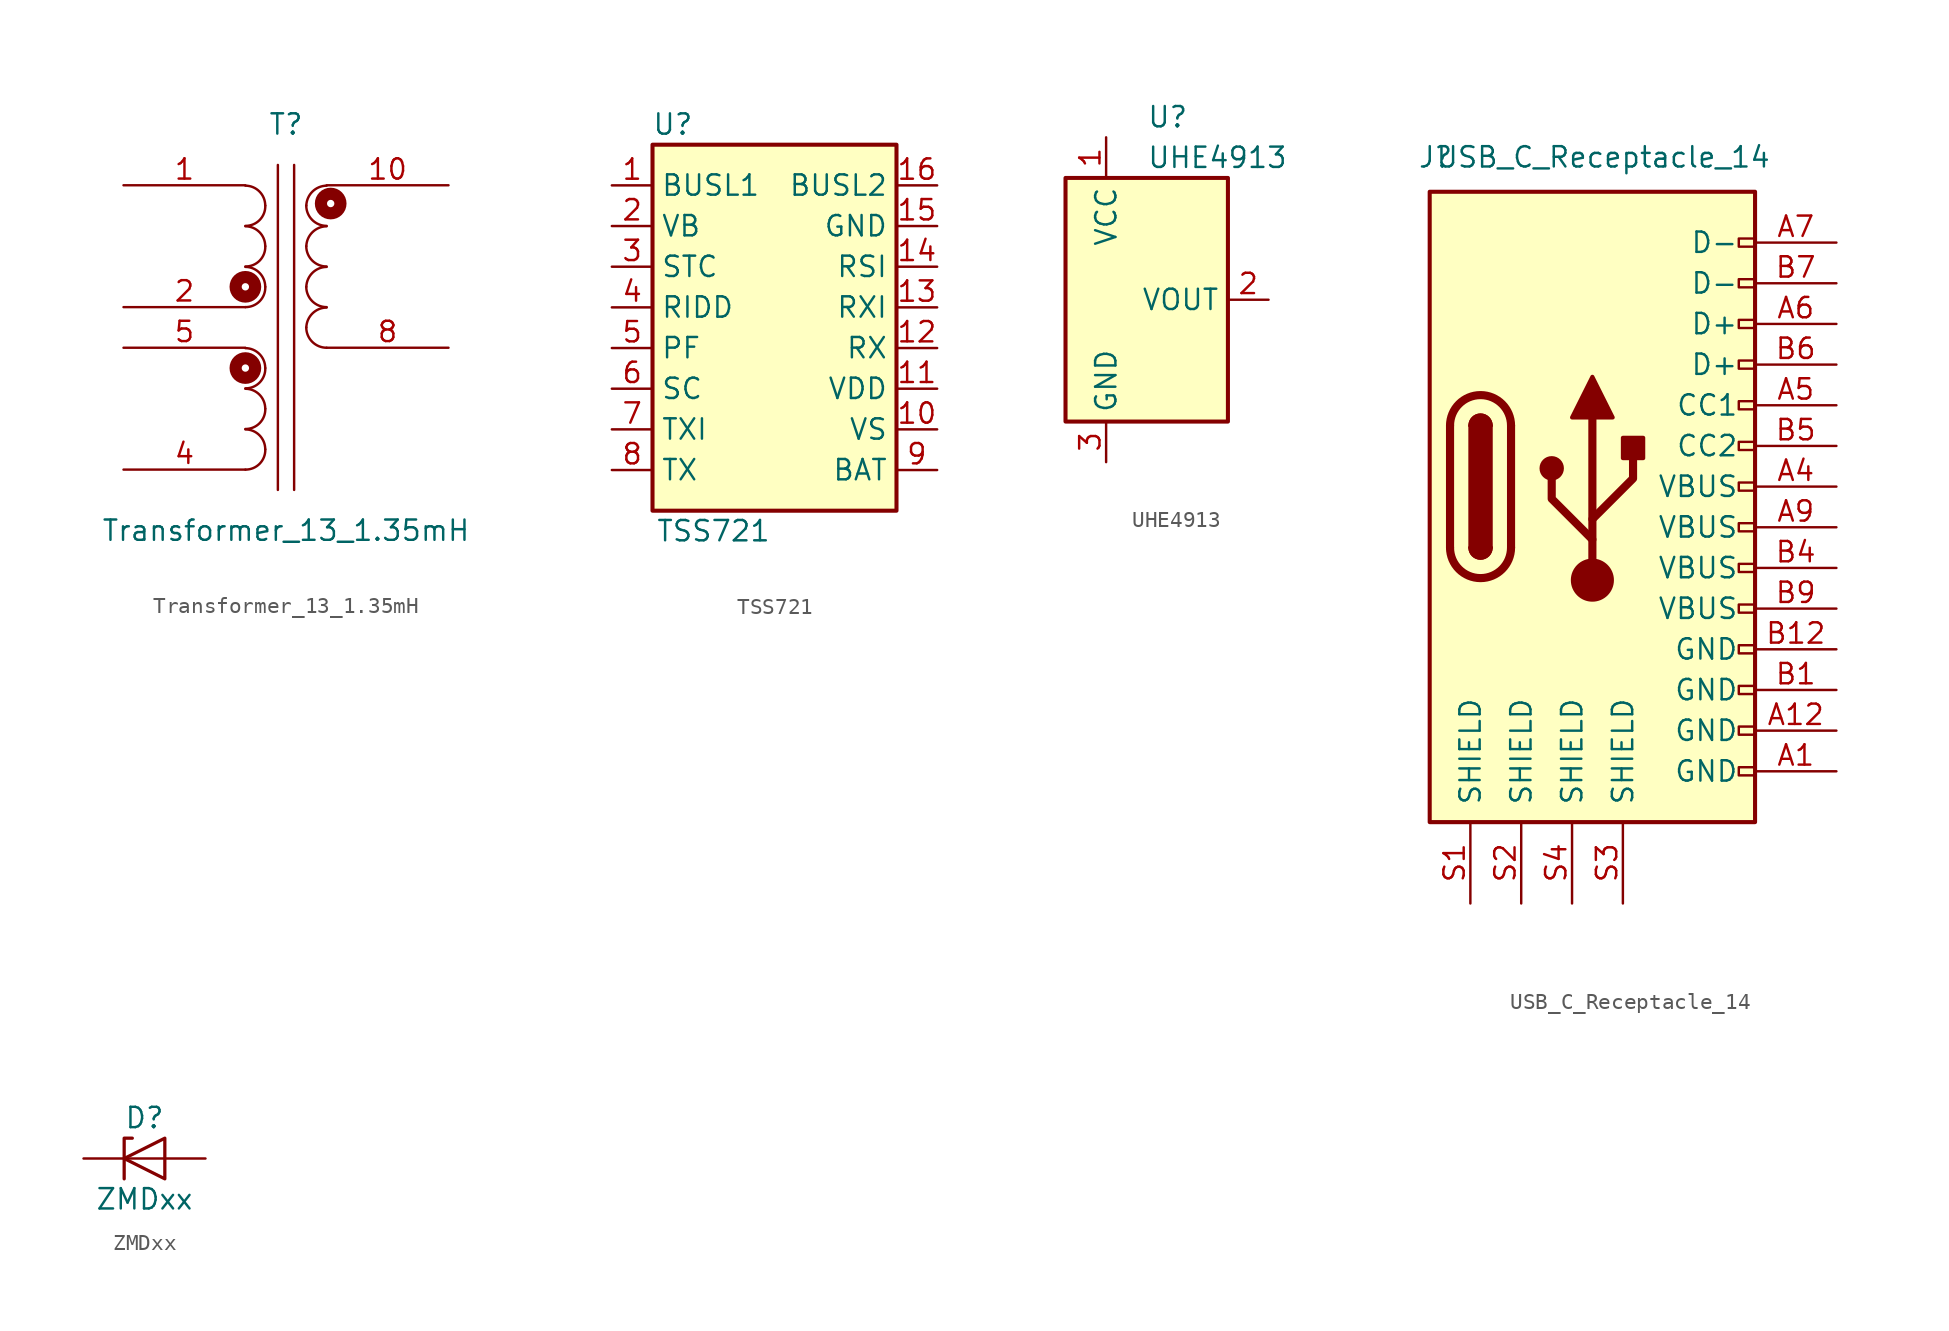
<source format=kicad_sym>
(kicad_symbol_lib
  (version 20211014)
  (generator kicad_symbol_editor)
  (symbol "Transformer_13_1.35mH"
    (pin_names
      (offset 1.016) hide)
    (property "Reference" "T"
      (at 0 12.7 0)
      (effects (font (size 1.27 1.27))))
    (property "Value" "Transformer_13_1.35mH"
      (at 0 -12.7 0)
      (effects (font (size 1.27 1.27))))
    (symbol "Transformer_13_1.35mH_0_1"
      (arc (start -2.54 -8.89) (mid -1.642 -8.518) (end -1.2954 -7.62) (stroke (width 0) (type default) (color 0 0 0 0)) (fill (type none)))
      (arc (start -2.54 -6.35) (mid -1.642 -5.978) (end -1.2954 -5.08) (stroke (width 0) (type default) (color 0 0 0 0)) (fill (type none)))
      (arc (start -2.54 -3.81) (mid -1.642 -3.438) (end -1.2954 -2.54) (stroke (width 0) (type default) (color 0 0 0 0)) (fill (type none)))
      (arc (start -2.54 1.27) (mid -1.642 1.642) (end -1.2954 2.54) (stroke (width 0) (type default) (color 0 0 0 0)) (fill (type none)))
      (circle (center -2.54 2.54) (radius 0.229) (stroke (width 0.762) (type default) (color 0 0 0 0)) (fill (type none)))
      (arc (start -2.54 3.81) (mid -1.642 4.182) (end -1.2954 5.08) (stroke (width 0) (type default) (color 0 0 0 0)) (fill (type none)))
      (arc (start -2.54 6.35) (mid -1.642 6.722) (end -1.2954 7.62) (stroke (width 0) (type default) (color 0 0 0 0)) (fill (type none)))
      (arc (start -1.2954 -7.62) (mid -1.6599 -6.7399) (end -2.54 -6.3754) (stroke (width 0) (type default) (color 0 0 0 0)) (fill (type none)))
      (arc (start -1.2954 -5.08) (mid -1.6599 -4.1999) (end -2.54 -3.8354) (stroke (width 0) (type default) (color 0 0 0 0)) (fill (type none)))
      (arc (start -1.2954 -2.54) (mid -1.6599 -1.6599) (end -2.54 -1.2954) (stroke (width 0) (type default) (color 0 0 0 0)) (fill (type none)))
      (arc (start -1.2954 2.54) (mid -1.6599 3.4201) (end -2.54 3.7846) (stroke (width 0) (type default) (color 0 0 0 0)) (fill (type none)))
      (arc (start -1.2954 5.08) (mid -1.6599 5.9601) (end -2.54 6.3246) (stroke (width 0) (type default) (color 0 0 0 0)) (fill (type none)))
      (arc (start -1.2954 7.62) (mid -1.6599 8.5001) (end -2.54 8.8646) (stroke (width 0) (type default) (color 0 0 0 0)) (fill (type none)))
      (polyline (pts (xy -0.508 -10.16) (xy -0.508 10.16)) (stroke (width 0) (type default) (color 0 0 0 0)) (fill (type none)))
      (polyline (pts (xy 0.508 10.16) (xy 0.508 -10.16)) (stroke (width 0) (type default) (color 0 0 0 0)) (fill (type none)))
      (arc (start 1.27 0) (mid 1.642 -0.898) (end 2.54 -1.27) (stroke (width 0) (type default) (color 0 0 0 0)) (fill (type none)))
      (arc (start 1.27 2.54) (mid 1.642 1.642) (end 2.54 1.27) (stroke (width 0) (type default) (color 0 0 0 0)) (fill (type none)))
      (arc (start 1.27 5.08) (mid 1.642 4.182) (end 2.54 3.81) (stroke (width 0) (type default) (color 0 0 0 0)) (fill (type none)))
      (arc (start 1.27 7.62) (mid 1.642 6.722) (end 2.54 6.35) (stroke (width 0) (type default) (color 0 0 0 0)) (fill (type none)))
      (arc (start 2.54 1.2446) (mid 1.6599 0.8801) (end 1.27 0) (stroke (width 0) (type default) (color 0 0 0 0)) (fill (type none)))
      (arc (start 2.54 3.7846) (mid 1.6599 3.4201) (end 1.27 2.54) (stroke (width 0) (type default) (color 0 0 0 0)) (fill (type none)))
      (arc (start 2.54 6.3246) (mid 1.6599 5.9601) (end 1.27 5.08) (stroke (width 0) (type default) (color 0 0 0 0)) (fill (type none)))
      (arc (start 2.54 8.8646) (mid 1.6599 8.5001) (end 1.27 7.62) (stroke (width 0) (type default) (color 0 0 0 0)) (fill (type none))))
    (symbol "Transformer_13_1.35mH_1_1"
      (circle (center -2.54 -2.54) (radius 0.229) (stroke (width 0.762) (type default) (color 0 0 0 0)) (fill (type none)))
      (circle (center 2.794 7.747) (radius 0.229) (stroke (width 0.762) (type default) (color 0 0 0 0)) (fill (type none)))
      (pin passive line (at -10.16 8.89 0) (length 7.62) (name "SD" (effects (font (size 1.27 1.27)))) (number "1" (effects (font (size 1.27 1.27)))))
      (pin passive line (at 10.16 8.89 180) (length 7.62) (name "AB" (effects (font (size 1.27 1.27)))) (number "10" (effects (font (size 1.27 1.27)))))
      (pin passive line (at -10.16 1.27 0) (length 7.62) (name "SC" (effects (font (size 1.27 1.27)))) (number "2" (effects (font (size 1.27 1.27)))))
      (pin passive line (at -10.16 -8.89 0) (length 7.62) (name "SA" (effects (font (size 1.27 1.27)))) (number "4" (effects (font (size 1.27 1.27)))))
      (pin passive line (at -10.16 -1.27 0) (length 7.62) (name "SB" (effects (font (size 1.27 1.27)))) (number "5" (effects (font (size 1.27 1.27)))))
      (pin passive line (at 10.16 -1.27 180) (length 7.62) (name "AA" (effects (font (size 1.27 1.27)))) (number "8" (effects (font (size 1.27 1.27)))))))
  (symbol "TSS721"
    (property "Reference" "U"
      (at -6.35 13.97 0)
      (effects (font (size 1.27 1.27))))
    (property "Value" "TSS721"
      (at -3.81 -11.43 0)
      (effects (font (size 1.27 1.27))))
    (symbol "TSS721_1_0"
      (pin input line (at -10.16 10.16 0) (length 2.54) (name "BUSL1" (effects (font (size 1.27 1.27)))) (number "1" (effects (font (size 1.27 1.27)))))
      (pin passive line (at 10.16 -5.08 180) (length 2.54) (name "VS" (effects (font (size 1.27 1.27)))) (number "10" (effects (font (size 1.27 1.27)))))
      (pin output line (at 10.16 -2.54 180) (length 2.54) (name "VDD" (effects (font (size 1.27 1.27)))) (number "11" (effects (font (size 1.27 1.27)))))
      (pin input line (at 10.16 0 180) (length 2.54) (name "RX" (effects (font (size 1.27 1.27)))) (number "12" (effects (font (size 1.27 1.27)))))
      (pin input line (at 10.16 2.54 180) (length 2.54) (name "RXI" (effects (font (size 1.27 1.27)))) (number "13" (effects (font (size 1.27 1.27)))))
      (pin passive line (at 10.16 5.08 180) (length 2.54) (name "RSI" (effects (font (size 1.27 1.27)))) (number "14" (effects (font (size 1.27 1.27)))))
      (pin power_in line (at 10.16 7.62 180) (length 2.54) (name "GND" (effects (font (size 1.27 1.27)))) (number "15" (effects (font (size 1.27 1.27)))))
      (pin input line (at 10.16 10.16 180) (length 2.54) (name "BUSL2" (effects (font (size 1.27 1.27)))) (number "16" (effects (font (size 1.27 1.27)))))
      (pin passive line (at -10.16 7.62 0) (length 2.54) (name "VB" (effects (font (size 1.27 1.27)))) (number "2" (effects (font (size 1.27 1.27)))))
      (pin output line (at -10.16 5.08 0) (length 2.54) (name "STC" (effects (font (size 1.27 1.27)))) (number "3" (effects (font (size 1.27 1.27)))))
      (pin passive line (at -10.16 2.54 0) (length 2.54) (name "RIDD" (effects (font (size 1.27 1.27)))) (number "4" (effects (font (size 1.27 1.27)))))
      (pin input line (at -10.16 0 0) (length 2.54) (name "PF" (effects (font (size 1.27 1.27)))) (number "5" (effects (font (size 1.27 1.27)))))
      (pin input line (at -10.16 -2.54 0) (length 2.54) (name "SC" (effects (font (size 1.27 1.27)))) (number "6" (effects (font (size 1.27 1.27)))))
      (pin output line (at -10.16 -5.08 0) (length 2.54) (name "TXI" (effects (font (size 1.27 1.27)))) (number "7" (effects (font (size 1.27 1.27)))))
      (pin output line (at -10.16 -7.62 0) (length 2.54) (name "TX" (effects (font (size 1.27 1.27)))) (number "8" (effects (font (size 1.27 1.27)))))
      (pin input line (at 10.16 -7.62 180) (length 2.54) (name "BAT" (effects (font (size 1.27 1.27)))) (number "9" (effects (font (size 1.27 1.27))))))
    (symbol "TSS721_1_1"
      (rectangle (start -7.62 12.7) (end 7.62 -10.16) (stroke (width 0.254) (type default) (color 0 0 0 0)) (fill (type background)))))
  (symbol "UHE4913"
    (property "Reference" "U"
      (at 0 11.43 0)
      (effects (font (size 1.27 1.27)) (justify left)))
    (property "Value" "UHE4913"
      (at 0 8.89 0)
      (effects (font (size 1.27 1.27)) (justify left)))
    (symbol "UHE4913_0_1"
      (rectangle (start -5.08 7.62) (end 5.08 -7.62) (stroke (width 0.254) (type default) (color 0 0 0 0)) (fill (type background))))
    (symbol "UHE4913_1_1"
      (pin power_in line (at -2.54 10.16 270) (length 2.54) (name "VCC" (effects (font (size 1.27 1.27)))) (number "1" (effects (font (size 1.27 1.27)))))
      (pin open_collector line (at 7.62 0 180) (length 2.54) (name "VOUT" (effects (font (size 1.27 1.27)))) (number "2" (effects (font (size 1.27 1.27)))))
      (pin power_in line (at -2.54 -10.16 90) (length 2.54) (name "GND" (effects (font (size 1.27 1.27)))) (number "3" (effects (font (size 1.27 1.27)))))))
  (symbol "USB_C_Receptacle_14"
    (pin_names
      (offset 1.016))
    (property "Reference" "J"
      (at -10.922 20.574 0)
      (effects (font (size 1.27 1.27)) (justify left)))
    (property "Value" "USB_C_Receptacle_14"
      (at 11.176 20.574 0)
      (effects (font (size 1.27 1.27)) (justify right)))
    (symbol "USB_C_Receptacle_14_0_0"
      (rectangle (start 10.16 -17.526) (end 9.144 -18.034) (stroke (width 0) (type default) (color 0 0 0 0)) (fill (type none)))
      (rectangle (start 10.16 -14.986) (end 9.144 -15.494) (stroke (width 0) (type default) (color 0 0 0 0)) (fill (type none)))
      (rectangle (start 10.16 -12.446) (end 9.144 -12.954) (stroke (width 0) (type default) (color 0 0 0 0)) (fill (type none)))
      (rectangle (start 10.16 -9.906) (end 9.144 -10.414) (stroke (width 0) (type default) (color 0 0 0 0)) (fill (type none)))
      (rectangle (start 10.16 -7.366) (end 9.144 -7.874) (stroke (width 0) (type default) (color 0 0 0 0)) (fill (type none)))
      (rectangle (start 10.16 -4.826) (end 9.144 -5.334) (stroke (width 0) (type default) (color 0 0 0 0)) (fill (type none)))
      (rectangle (start 10.16 -2.286) (end 9.144 -2.794) (stroke (width 0) (type default) (color 0 0 0 0)) (fill (type none)))
      (rectangle (start 10.16 0.254) (end 9.144 -0.254) (stroke (width 0) (type default) (color 0 0 0 0)) (fill (type none)))
      (rectangle (start 10.16 2.794) (end 9.144 2.286) (stroke (width 0) (type default) (color 0 0 0 0)) (fill (type none)))
      (rectangle (start 10.16 5.334) (end 9.144 4.826) (stroke (width 0) (type default) (color 0 0 0 0)) (fill (type none)))
      (rectangle (start 10.16 7.874) (end 9.144 7.366) (stroke (width 0) (type default) (color 0 0 0 0)) (fill (type none)))
      (rectangle (start 10.16 10.414) (end 9.144 9.906) (stroke (width 0) (type default) (color 0 0 0 0)) (fill (type none)))
      (rectangle (start 10.16 12.954) (end 9.144 12.446) (stroke (width 0) (type default) (color 0 0 0 0)) (fill (type none)))
      (rectangle (start 10.16 15.494) (end 9.144 14.986) (stroke (width 0) (type default) (color 0 0 0 0)) (fill (type none))))
    (symbol "USB_C_Receptacle_14_0_1"
      (rectangle (start -10.16 18.415) (end 10.16 -20.955) (stroke (width 0.254) (type default) (color 0 0 0 0)) (fill (type background)))
      (arc (start -8.89 -3.81) (mid -6.985 -5.715) (end -5.08 -3.81) (stroke (width 0.508) (type default) (color 0 0 0 0)) (fill (type none)))
      (arc (start -7.62 -3.81) (mid -6.985 -4.445) (end -6.35 -3.81) (stroke (width 0.254) (type default) (color 0 0 0 0)) (fill (type none)))
      (arc (start -7.62 -3.81) (mid -6.985 -4.445) (end -6.35 -3.81) (stroke (width 0.254) (type default) (color 0 0 0 0)) (fill (type outline)))
      (rectangle (start -7.62 -3.81) (end -6.35 3.81) (stroke (width 0.254) (type default) (color 0 0 0 0)) (fill (type outline)))
      (arc (start -6.35 3.81) (mid -6.985 4.445) (end -7.62 3.81) (stroke (width 0.254) (type default) (color 0 0 0 0)) (fill (type none)))
      (arc (start -6.35 3.81) (mid -6.985 4.445) (end -7.62 3.81) (stroke (width 0.254) (type default) (color 0 0 0 0)) (fill (type outline)))
      (arc (start -5.08 3.81) (mid -6.985 5.715) (end -8.89 3.81) (stroke (width 0.508) (type default) (color 0 0 0 0)) (fill (type none)))
      (polyline (pts (xy -8.89 -3.81) (xy -8.89 3.81)) (stroke (width 0.508) (type default) (color 0 0 0 0)) (fill (type none)))
      (polyline (pts (xy -5.08 3.81) (xy -5.08 -3.81)) (stroke (width 0.508) (type default) (color 0 0 0 0)) (fill (type none))))
    (symbol "USB_C_Receptacle_14_1_1"
      (circle (center -2.54 1.143) (radius 0.635) (stroke (width 0.254) (type default) (color 0 0 0 0)) (fill (type outline)))
      (circle (center 0 -5.842) (radius 1.27) (stroke (width 0) (type default) (color 0 0 0 0)) (fill (type outline)))
      (polyline (pts (xy 0 -5.842) (xy 0 4.318)) (stroke (width 0.508) (type default) (color 0 0 0 0)) (fill (type none)))
      (polyline (pts (xy 0 -3.302) (xy -2.54 -0.762) (xy -2.54 0.508)) (stroke (width 0.508) (type default) (color 0 0 0 0)) (fill (type none)))
      (polyline (pts (xy 0 -2.032) (xy 2.54 0.508) (xy 2.54 1.778)) (stroke (width 0.508) (type default) (color 0 0 0 0)) (fill (type none)))
      (polyline (pts (xy -1.27 4.318) (xy 0 6.858) (xy 1.27 4.318) (xy -1.27 4.318)) (stroke (width 0.254) (type default) (color 0 0 0 0)) (fill (type outline)))
      (rectangle (start 1.905 1.778) (end 3.175 3.048) (stroke (width 0.254) (type default) (color 0 0 0 0)) (fill (type outline)))
      (pin power_in line (at 15.24 -17.78 180) (length 5.08) (name "GND" (effects (font (size 1.27 1.27)))) (number "A1" (effects (font (size 1.27 1.27)))))
      (pin passive line (at 15.24 -15.24 180) (length 5.08) (name "GND" (effects (font (size 1.27 1.27)))) (number "A12" (effects (font (size 1.27 1.27)))))
      (pin power_in line (at 15.24 0 180) (length 5.08) (name "VBUS" (effects (font (size 1.27 1.27)))) (number "A4" (effects (font (size 1.27 1.27)))))
      (pin bidirectional line (at 15.24 5.08 180) (length 5.08) (name "CC1" (effects (font (size 1.27 1.27)))) (number "A5" (effects (font (size 1.27 1.27)))))
      (pin bidirectional line (at 15.24 10.16 180) (length 5.08) (name "D+" (effects (font (size 1.27 1.27)))) (number "A6" (effects (font (size 1.27 1.27)))))
      (pin bidirectional line (at 15.24 15.24 180) (length 5.08) (name "D-" (effects (font (size 1.27 1.27)))) (number "A7" (effects (font (size 1.27 1.27)))))
      (pin passive line (at 15.24 -2.54 180) (length 5.08) (name "VBUS" (effects (font (size 1.27 1.27)))) (number "A9" (effects (font (size 1.27 1.27)))))
      (pin passive line (at 15.24 -12.7 180) (length 5.08) (name "GND" (effects (font (size 1.27 1.27)))) (number "B1" (effects (font (size 1.27 1.27)))))
      (pin passive line (at 15.24 -10.16 180) (length 5.08) (name "GND" (effects (font (size 1.27 1.27)))) (number "B12" (effects (font (size 1.27 1.27)))))
      (pin passive line (at 15.24 -5.08 180) (length 5.08) (name "VBUS" (effects (font (size 1.27 1.27)))) (number "B4" (effects (font (size 1.27 1.27)))))
      (pin bidirectional line (at 15.24 2.54 180) (length 5.08) (name "CC2" (effects (font (size 1.27 1.27)))) (number "B5" (effects (font (size 1.27 1.27)))))
      (pin bidirectional line (at 15.24 7.62 180) (length 5.08) (name "D+" (effects (font (size 1.27 1.27)))) (number "B6" (effects (font (size 1.27 1.27)))))
      (pin bidirectional line (at 15.24 12.7 180) (length 5.08) (name "D-" (effects (font (size 1.27 1.27)))) (number "B7" (effects (font (size 1.27 1.27)))))
      (pin passive line (at 15.24 -7.62 180) (length 5.08) (name "VBUS" (effects (font (size 1.27 1.27)))) (number "B9" (effects (font (size 1.27 1.27)))))
      (pin passive line (at -7.62 -26.035 90) (length 5.08) (name "SHIELD" (effects (font (size 1.27 1.27)))) (number "S1" (effects (font (size 1.27 1.27)))))
      (pin passive line (at -4.445 -26.035 90) (length 5.08) (name "SHIELD" (effects (font (size 1.27 1.27)))) (number "S2" (effects (font (size 1.27 1.27)))))
      (pin passive line (at 1.905 -26.035 90) (length 5.08) (name "SHIELD" (effects (font (size 1.27 1.27)))) (number "S3" (effects (font (size 1.27 1.27)))))
      (pin passive line (at -1.27 -26.035 90) (length 5.08) (name "SHIELD" (effects (font (size 1.27 1.27)))) (number "S4" (effects (font (size 1.27 1.27)))))))
  (symbol "ZMDxx"
    (pin_numbers hide)
    (pin_names
      (offset 1.016) hide)
    (property "Reference" "D"
      (at 0 2.54 0)
      (effects (font (size 1.27 1.27))))
    (property "Value" "ZMDxx"
      (at 0 -2.54 0)
      (effects (font (size 1.27 1.27))))
    (symbol "ZMDxx_0_1"
      (polyline (pts (xy 1.27 0) (xy -1.27 0)) (stroke (width 0) (type default) (color 0 0 0 0)) (fill (type none)))
      (polyline (pts (xy -1.27 -1.27) (xy -1.27 1.27) (xy -0.762 1.27)) (stroke (width 0.203) (type default) (color 0 0 0 0)) (fill (type none)))
      (polyline (pts (xy 1.27 -1.27) (xy 1.27 1.27) (xy -1.27 0) (xy 1.27 -1.27)) (stroke (width 0.203) (type default) (color 0 0 0 0)) (fill (type none))))
    (symbol "ZMDxx_1_1"
      (pin passive line (at -3.81 0 0) (length 2.54) (name "K" (effects (font (size 1.27 1.27)))) (number "1" (effects (font (size 1.27 1.27)))))
      (pin passive line (at 3.81 0 180) (length 2.54) (name "A" (effects (font (size 1.27 1.27)))) (number "2" (effects (font (size 1.27 1.27))))))))
</source>
